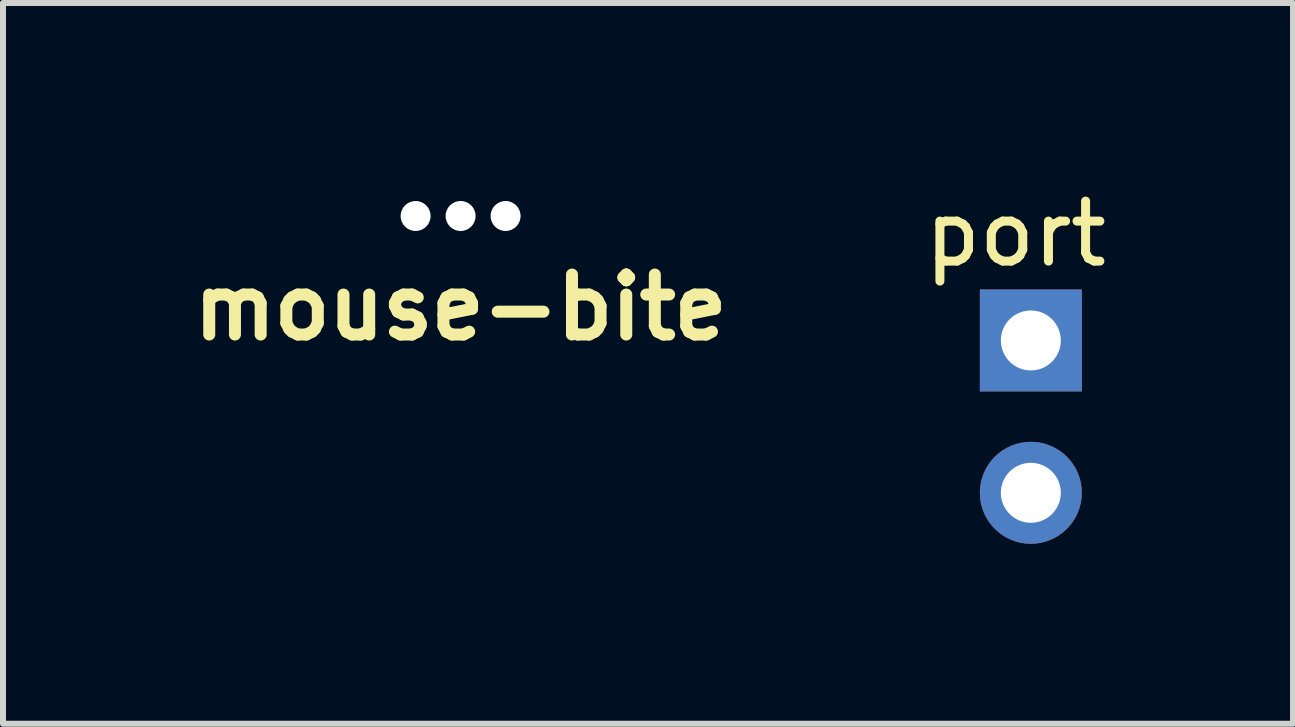
<source format=kicad_pcb>
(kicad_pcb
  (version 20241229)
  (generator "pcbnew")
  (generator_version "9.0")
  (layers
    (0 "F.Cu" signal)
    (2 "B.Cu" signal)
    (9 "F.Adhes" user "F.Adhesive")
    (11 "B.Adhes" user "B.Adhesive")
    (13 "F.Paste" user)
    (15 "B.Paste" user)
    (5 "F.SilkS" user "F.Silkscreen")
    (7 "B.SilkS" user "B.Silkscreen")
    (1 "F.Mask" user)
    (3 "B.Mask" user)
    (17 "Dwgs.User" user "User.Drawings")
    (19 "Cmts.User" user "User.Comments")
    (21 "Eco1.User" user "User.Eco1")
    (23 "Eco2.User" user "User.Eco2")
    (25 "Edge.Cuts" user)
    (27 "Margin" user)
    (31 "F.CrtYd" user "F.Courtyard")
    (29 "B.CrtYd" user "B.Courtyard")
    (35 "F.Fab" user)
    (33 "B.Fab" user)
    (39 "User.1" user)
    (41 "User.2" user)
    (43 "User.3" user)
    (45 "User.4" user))
  (footprint "mouse-bite"
    (layer "F.Cu")
    (at 4.629 0.551)
    (property "Reference" "mouse-bite" (at 0 1.524 0) (layer "F.SilkS") (effects (font (size 1 1) (thickness 0.2))))
    (attr through_hole)
    (fp_arc (start -1.75 -0.5) (mid -1.25 0) (end -1.75 0.5) (stroke (width 0.1016) (type solid)) (layer "Eco1.User"))
    (fp_arc (start 1.75 0.5) (mid 1.25 0) (end 1.75 -0.5) (stroke (width 0.1016) (type solid)) (layer "Eco1.User"))
    (pad "" np_thru_hole circle (at -0.75 0) (size 0.5 0.5) (drill 0.5) (layers "*.Cu" "*.Mask"))
    (pad "" np_thru_hole circle (at 0 0) (size 0.5 0.5) (drill 0.5) (layers "*.Cu" "*.Mask"))
    (pad "" np_thru_hole circle (at 0.75 0) (size 0.5 0.5) (drill 0.5) (layers "*.Cu" "*.Mask")))
  (footprint "port"
    (layer "F.Cu")
    (at 14.136 2.626)
    (property "Reference" "port" (at -0.254 -1.778 0) (layer "F.SilkS") (effects (font (size 1 1) (thickness 0.15))))
    (attr through_hole)
    (pad "1" thru_hole rect (at 0 0) (size 1.7 1.7) (drill 1) (layers "*.Cu" "*.Mask"))
    (pad "2" thru_hole oval (at 0 2.54) (size 1.7 1.7) (drill 1) (layers "*.Cu" "*.Mask")))
  (gr_rect
    (start -3 -3)
    (end 18.507 9.016)
    (stroke (width 0.1) (type default))
    (fill no)
    (layer "Edge.Cuts")))
</source>
